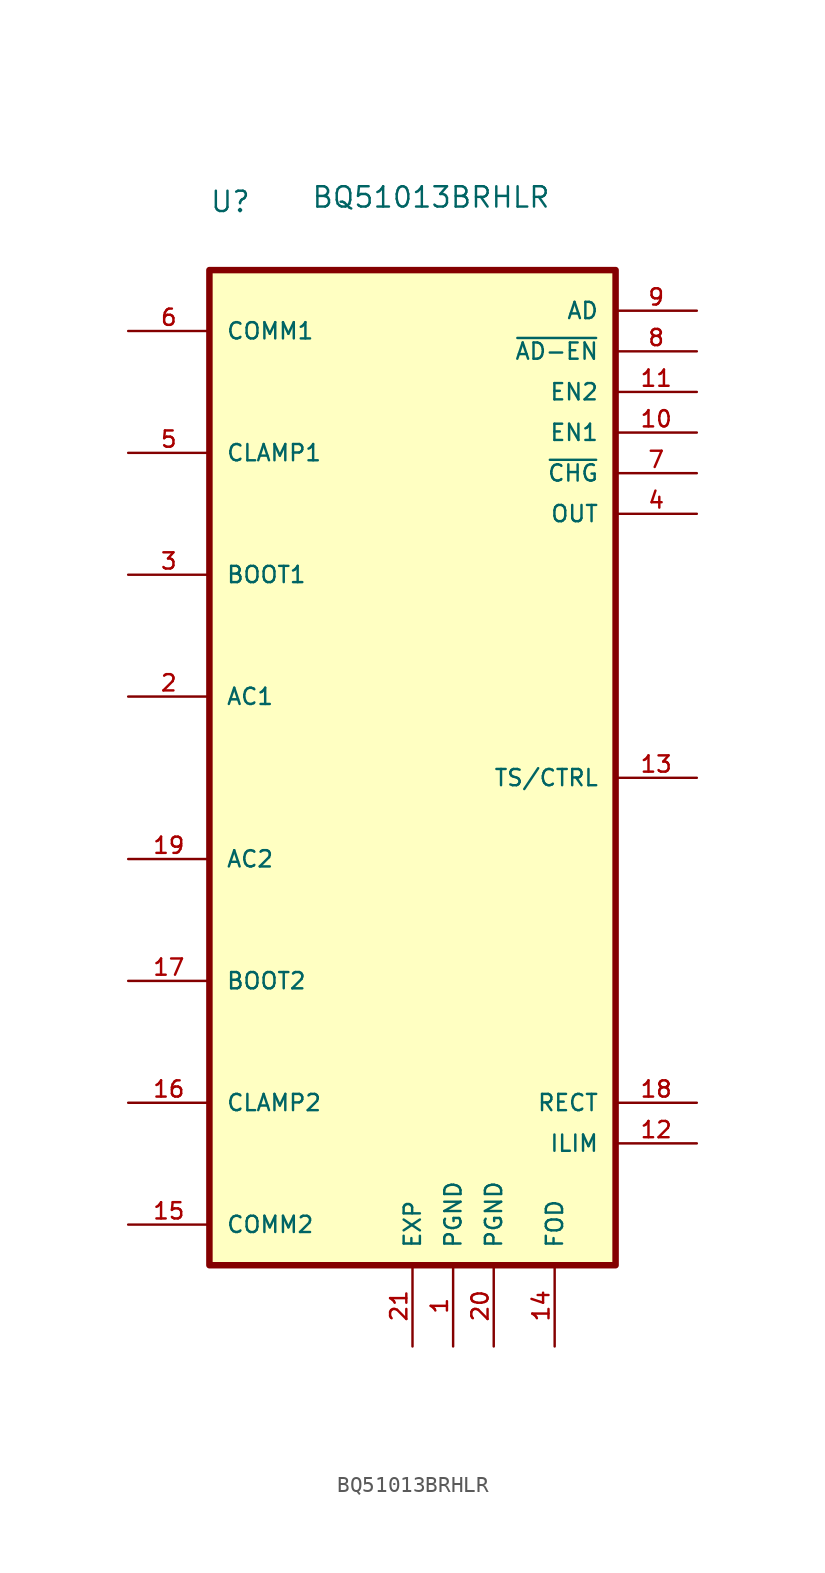
<source format=kicad_sym>
(kicad_symbol_lib
  (version 20211014)
  (generator kicad_symbol_editor)
  (symbol "BQ51013BRHLR"
    (pin_names
      (offset 1.016))
    (property "Reference" "U"
      (at -12.7 35.281 0)
      (effects (font (size 1.27 1.27)) (justify left bottom)))
    (property "Value" "BQ51013BRHLR"
      (at -6.35 35.56 0)
      (effects (font (size 1.27 1.27)) (justify left bottom)))
    (property "ki_locked" ""
      (at 0 0 0)
      (effects (font (size 1.27 1.27))))
    (symbol "BQ51013BRHLR_0_0"
      (rectangle (start -12.7 -30.48) (end 12.7 31.75) (stroke (width 0.406) (type default) (color 0 0 0 0)) (fill (type background)))
      (pin free line (at 2.54 -35.56 90) (length 5.08) (name "PGND" (effects (font (size 1.016 1.016)))) (number "1" (effects (font (size 1.016 1.016)))))
      (pin input line (at 17.78 21.59 180) (length 5.08) (name "EN1" (effects (font (size 1.016 1.016)))) (number "10" (effects (font (size 1.016 1.016)))))
      (pin input line (at 17.78 24.13 180) (length 5.08) (name "EN2" (effects (font (size 1.016 1.016)))) (number "11" (effects (font (size 1.016 1.016)))))
      (pin bidirectional line (at 17.78 -22.86 180) (length 5.08) (name "ILIM" (effects (font (size 1.016 1.016)))) (number "12" (effects (font (size 1.016 1.016)))))
      (pin input line (at 17.78 0 180) (length 5.08) (name "TS/CTRL" (effects (font (size 1.016 1.016)))) (number "13" (effects (font (size 1.016 1.016)))))
      (pin input line (at 8.89 -35.56 90) (length 5.08) (name "FOD" (effects (font (size 1.016 1.016)))) (number "14" (effects (font (size 1.016 1.016)))))
      (pin output line (at -17.78 -27.94 0) (length 5.08) (name "COMM2" (effects (font (size 1.016 1.016)))) (number "15" (effects (font (size 1.016 1.016)))))
      (pin output line (at -17.78 -20.32 0) (length 5.08) (name "CLAMP2" (effects (font (size 1.016 1.016)))) (number "16" (effects (font (size 1.016 1.016)))))
      (pin output line (at -17.78 -12.7 0) (length 5.08) (name "BOOT2" (effects (font (size 1.016 1.016)))) (number "17" (effects (font (size 1.016 1.016)))))
      (pin output line (at 17.78 -20.32 180) (length 5.08) (name "RECT" (effects (font (size 1.016 1.016)))) (number "18" (effects (font (size 1.016 1.016)))))
      (pin input line (at -17.78 -5.08 0) (length 5.08) (name "AC2" (effects (font (size 1.016 1.016)))) (number "19" (effects (font (size 1.016 1.016)))))
      (pin input line (at -17.78 5.08 0) (length 5.08) (name "AC1" (effects (font (size 1.016 1.016)))) (number "2" (effects (font (size 1.016 1.016)))))
      (pin free line (at 5.08 -35.56 90) (length 5.08) (name "PGND" (effects (font (size 1.016 1.016)))) (number "20" (effects (font (size 1.016 1.016)))))
      (pin free line (at 0 -35.56 90) (length 5.08) (name "EXP" (effects (font (size 1.016 1.016)))) (number "21" (effects (font (size 1.016 1.016)))))
      (pin output line (at -17.78 12.7 0) (length 5.08) (name "BOOT1" (effects (font (size 1.016 1.016)))) (number "3" (effects (font (size 1.016 1.016)))))
      (pin output line (at 17.78 16.51 180) (length 5.08) (name "OUT" (effects (font (size 1.016 1.016)))) (number "4" (effects (font (size 1.016 1.016)))))
      (pin output line (at -17.78 20.32 0) (length 5.08) (name "CLAMP1" (effects (font (size 1.016 1.016)))) (number "5" (effects (font (size 1.016 1.016)))))
      (pin output line (at -17.78 27.94 0) (length 5.08) (name "COMM1" (effects (font (size 1.016 1.016)))) (number "6" (effects (font (size 1.016 1.016)))))
      (pin output line (at 17.78 19.05 180) (length 5.08) (name "~{CHG}" (effects (font (size 1.016 1.016)))) (number "7" (effects (font (size 1.016 1.016)))))
      (pin output line (at 17.78 26.67 180) (length 5.08) (name "~{AD-EN}" (effects (font (size 1.016 1.016)))) (number "8" (effects (font (size 1.016 1.016)))))
      (pin output line (at 17.78 29.21 180) (length 5.08) (name "AD" (effects (font (size 1.016 1.016)))) (number "9" (effects (font (size 1.016 1.016))))))))
</source>
